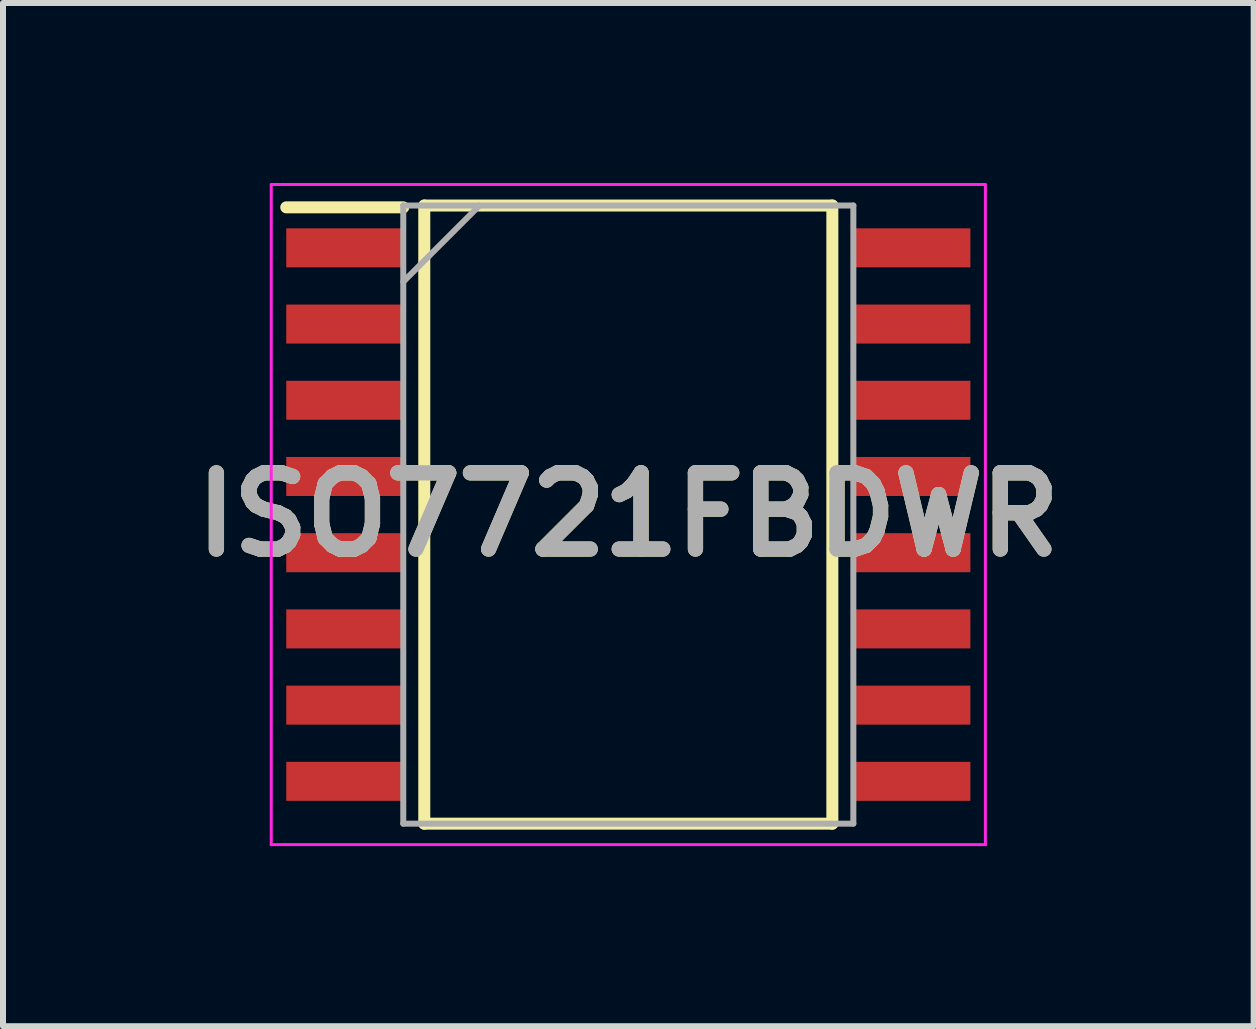
<source format=kicad_pcb>
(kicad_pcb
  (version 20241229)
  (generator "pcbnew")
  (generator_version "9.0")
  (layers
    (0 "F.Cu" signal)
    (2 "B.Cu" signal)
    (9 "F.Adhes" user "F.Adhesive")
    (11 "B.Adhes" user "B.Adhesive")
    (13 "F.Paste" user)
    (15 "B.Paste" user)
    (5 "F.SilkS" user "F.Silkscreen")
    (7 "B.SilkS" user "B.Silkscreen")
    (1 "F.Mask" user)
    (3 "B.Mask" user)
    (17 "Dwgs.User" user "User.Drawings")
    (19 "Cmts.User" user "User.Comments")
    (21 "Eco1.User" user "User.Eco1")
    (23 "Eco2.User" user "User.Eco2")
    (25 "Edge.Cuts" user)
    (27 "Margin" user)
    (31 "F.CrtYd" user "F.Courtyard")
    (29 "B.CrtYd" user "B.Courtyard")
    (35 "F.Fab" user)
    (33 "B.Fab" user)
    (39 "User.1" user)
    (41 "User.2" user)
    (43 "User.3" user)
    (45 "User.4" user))
  (footprint "ISO7721FBDWR"
    (layer "F.Cu")
    (at 7.42 5.525)
    (property "Reference" "ISO7721FBDWR" (at 0 0 0) (layer "F.SilkS") (effects (font (size 1.27 1.27) (thickness 0.254))))
    (attr smd)
    (fp_line (start -5.7 -5.12) (end -3.75 -5.12) (stroke (width 0.2) (type solid)) (layer "F.SilkS"))
    (fp_line (start -3.4 -5.15) (end 3.4 -5.15) (stroke (width 0.2) (type solid)) (layer "F.SilkS"))
    (fp_line (start -3.4 5.15) (end -3.4 -5.15) (stroke (width 0.2) (type solid)) (layer "F.SilkS"))
    (fp_line (start 3.4 -5.15) (end 3.4 5.15) (stroke (width 0.2) (type solid)) (layer "F.SilkS"))
    (fp_line (start 3.4 5.15) (end -3.4 5.15) (stroke (width 0.2) (type solid)) (layer "F.SilkS"))
    (fp_line (start -5.95 -5.5) (end 5.95 -5.5) (stroke (width 0.05) (type solid)) (layer "F.CrtYd"))
    (fp_line (start -5.95 5.5) (end -5.95 -5.5) (stroke (width 0.05) (type solid)) (layer "F.CrtYd"))
    (fp_line (start 5.95 -5.5) (end 5.95 5.5) (stroke (width 0.05) (type solid)) (layer "F.CrtYd"))
    (fp_line (start 5.95 5.5) (end -5.95 5.5) (stroke (width 0.05) (type solid)) (layer "F.CrtYd"))
    (fp_line (start -3.75 -5.15) (end 3.75 -5.15) (stroke (width 0.1) (type solid)) (layer "F.Fab"))
    (fp_line (start -3.75 -3.88) (end -2.48 -5.15) (stroke (width 0.1) (type solid)) (layer "F.Fab"))
    (fp_line (start -3.75 5.15) (end -3.75 -5.15) (stroke (width 0.1) (type solid)) (layer "F.Fab"))
    (fp_line (start 3.75 -5.15) (end 3.75 5.15) (stroke (width 0.1) (type solid)) (layer "F.Fab"))
    (fp_line (start 3.75 5.15) (end -3.75 5.15) (stroke (width 0.1) (type solid)) (layer "F.Fab"))
    (fp_text user "${REFERENCE}" (at 0 0 0) (layer "F.Fab") (effects (font (size 1.27 1.27) (thickness 0.254))))
    (pad "1" smd rect (at -4.725 -4.445 90) (size 0.65 1.95) (layers "F.Cu" "F.Mask" "F.Paste"))
    (pad "2" smd rect (at -4.725 -3.175 90) (size 0.65 1.95) (layers "F.Cu" "F.Mask" "F.Paste"))
    (pad "3" smd rect (at -4.725 -1.905 90) (size 0.65 1.95) (layers "F.Cu" "F.Mask" "F.Paste"))
    (pad "4" smd rect (at -4.725 -0.635 90) (size 0.65 1.95) (layers "F.Cu" "F.Mask" "F.Paste"))
    (pad "5" smd rect (at -4.725 0.635 90) (size 0.65 1.95) (layers "F.Cu" "F.Mask" "F.Paste"))
    (pad "6" smd rect (at -4.725 1.905 90) (size 0.65 1.95) (layers "F.Cu" "F.Mask" "F.Paste"))
    (pad "7" smd rect (at -4.725 3.175 90) (size 0.65 1.95) (layers "F.Cu" "F.Mask" "F.Paste"))
    (pad "8" smd rect (at -4.725 4.445 90) (size 0.65 1.95) (layers "F.Cu" "F.Mask" "F.Paste"))
    (pad "9" smd rect (at 4.725 4.445 90) (size 0.65 1.95) (layers "F.Cu" "F.Mask" "F.Paste"))
    (pad "10" smd rect (at 4.725 3.175 90) (size 0.65 1.95) (layers "F.Cu" "F.Mask" "F.Paste"))
    (pad "11" smd rect (at 4.725 1.905 90) (size 0.65 1.95) (layers "F.Cu" "F.Mask" "F.Paste"))
    (pad "12" smd rect (at 4.725 0.635 90) (size 0.65 1.95) (layers "F.Cu" "F.Mask" "F.Paste"))
    (pad "13" smd rect (at 4.725 -0.635 90) (size 0.65 1.95) (layers "F.Cu" "F.Mask" "F.Paste"))
    (pad "14" smd rect (at 4.725 -1.905 90) (size 0.65 1.95) (layers "F.Cu" "F.Mask" "F.Paste"))
    (pad "15" smd rect (at 4.725 -3.175 90) (size 0.65 1.95) (layers "F.Cu" "F.Mask" "F.Paste"))
    (pad "16" smd rect (at 4.725 -4.445 90) (size 0.65 1.95) (layers "F.Cu" "F.Mask" "F.Paste")))
  (gr_rect
    (start -3 -3)
    (end 17.841 14.05)
    (stroke (width 0.1) (type default))
    (fill no)
    (layer "Edge.Cuts")))
</source>
